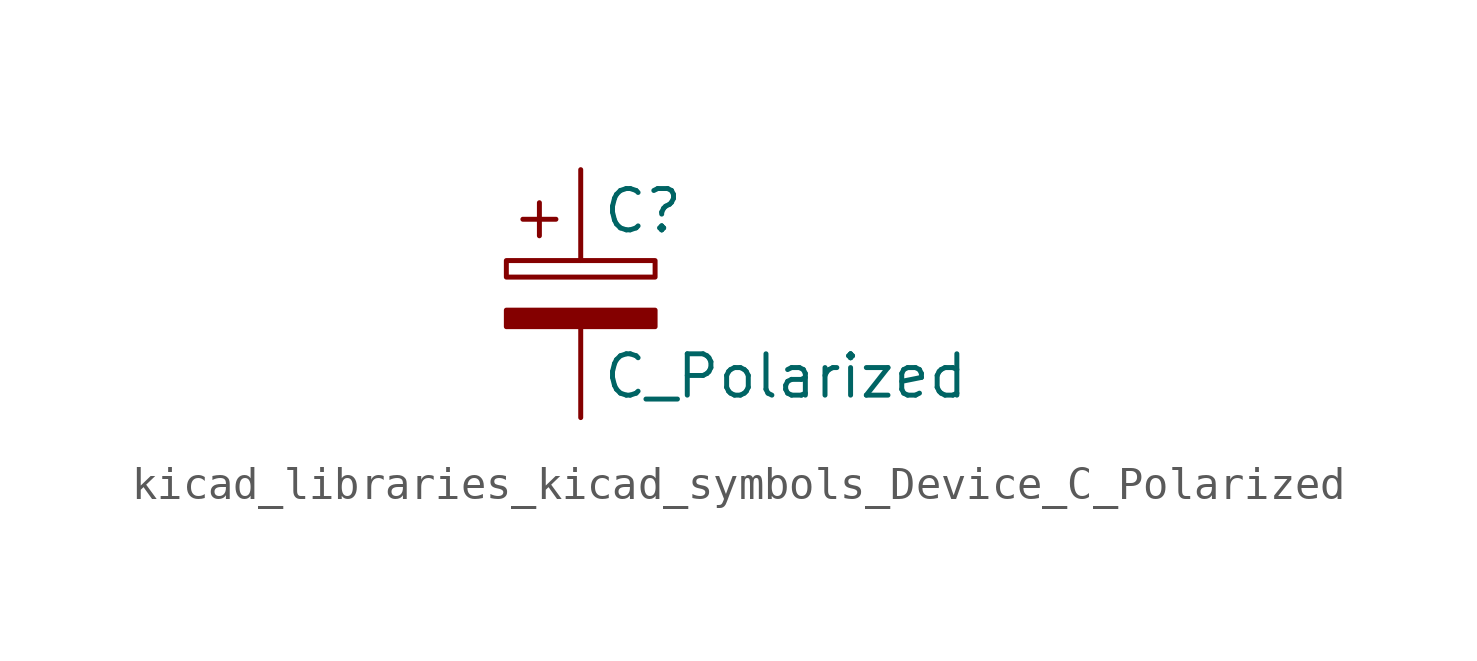
<source format=kicad_sym>
(kicad_symbol_lib
  (version 20220914)
  (generator kicad_symbol_editor)
  (symbol "kicad_libraries_kicad_symbols_Device_C_Polarized"
    (pin_numbers hide)
    (pin_names
      (offset 0.254))
    (property "Reference" "C"
      (at 0.635 2.54 0)
      (effects (font (size 1.27 1.27)) (justify left)))
    (property "Value" "C_Polarized"
      (at 0.635 -2.54 0)
      (effects (font (size 1.27 1.27)) (justify left)))
    (symbol "kicad_libraries_kicad_symbols_Device_C_Polarized_0_1"
      (rectangle (start -2.286 0.508) (end 2.286 1.016) (stroke (width 0) (type default)) (fill (type none)))
      (polyline (pts (xy -1.778 2.286) (xy -0.762 2.286)) (stroke (width 0) (type default)) (fill (type none)))
      (polyline (pts (xy -1.27 2.794) (xy -1.27 1.778)) (stroke (width 0) (type default)) (fill (type none)))
      (rectangle (start 2.286 -0.508) (end -2.286 -1.016) (stroke (width 0) (type default)) (fill (type outline))))
    (symbol "kicad_libraries_kicad_symbols_Device_C_Polarized_1_1"
      (pin passive line (at 0 3.81 270) (length 2.794) (name "~" (effects (font (size 1.27 1.27)))) (number "1" (effects (font (size 1.27 1.27)))))
      (pin passive line (at 0 -3.81 90) (length 2.794) (name "~" (effects (font (size 1.27 1.27)))) (number "2" (effects (font (size 1.27 1.27))))))))
</source>
